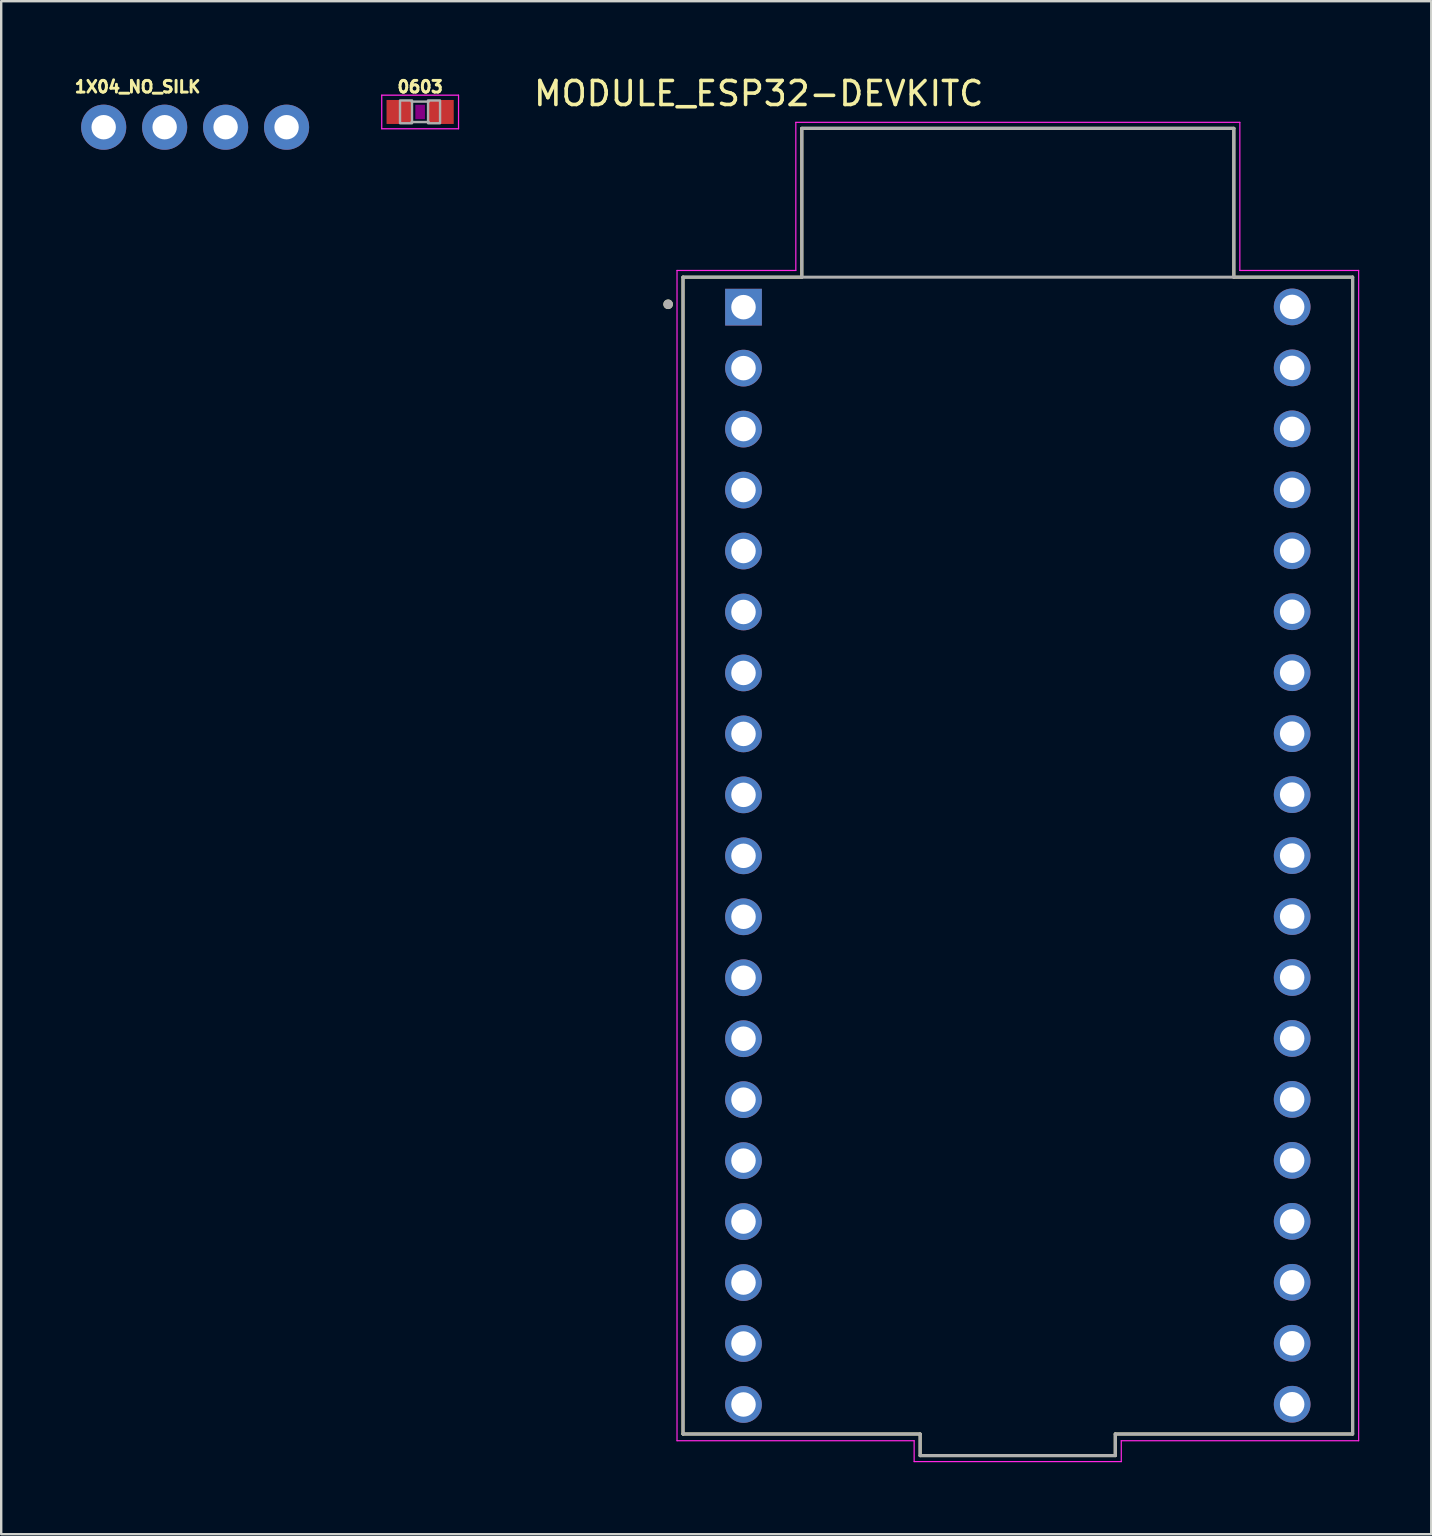
<source format=kicad_pcb>
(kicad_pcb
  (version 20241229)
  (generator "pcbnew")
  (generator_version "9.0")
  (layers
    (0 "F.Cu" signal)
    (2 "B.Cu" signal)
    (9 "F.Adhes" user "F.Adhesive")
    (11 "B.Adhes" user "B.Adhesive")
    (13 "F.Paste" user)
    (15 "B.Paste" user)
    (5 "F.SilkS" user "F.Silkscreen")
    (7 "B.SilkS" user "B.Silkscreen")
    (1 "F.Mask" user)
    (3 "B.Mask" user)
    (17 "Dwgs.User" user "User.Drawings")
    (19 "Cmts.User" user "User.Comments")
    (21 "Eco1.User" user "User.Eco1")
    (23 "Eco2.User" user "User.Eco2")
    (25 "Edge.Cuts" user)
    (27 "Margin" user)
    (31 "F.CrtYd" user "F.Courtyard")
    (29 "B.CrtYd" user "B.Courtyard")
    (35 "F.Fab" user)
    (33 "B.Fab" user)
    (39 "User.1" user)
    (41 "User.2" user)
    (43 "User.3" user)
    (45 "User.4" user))
  (footprint "MODULE_ESP32-DEVKITC"
    (layer "F.Cu")
    (at 39.358 32.598)
    (property "Reference" "MODULE_ESP32-DEVKITC" (at -10.795 -31.75 180) (layer "F.SilkS") (effects (font (size 1 1) (thickness 0.15))))
    (attr through_hole)
    (fp_line (start -13.95 -24.1) (end -13.95 24.1) (stroke (width 0.127) (type solid)) (layer "F.SilkS"))
    (fp_line (start -13.95 24.1) (end -4.07 24.1) (stroke (width 0.127) (type solid)) (layer "F.SilkS"))
    (fp_line (start -9 -30.3) (end 9 -30.3) (stroke (width 0.127) (type solid)) (layer "F.SilkS"))
    (fp_line (start -9 -24.1) (end -13.95 -24.1) (stroke (width 0.127) (type solid)) (layer "F.SilkS"))
    (fp_line (start -9 -24.1) (end -9 -30.3) (stroke (width 0.127) (type solid)) (layer "F.SilkS"))
    (fp_line (start -4.07 24.1) (end -4.07 25) (stroke (width 0.127) (type solid)) (layer "F.SilkS"))
    (fp_line (start -4.07 25) (end 4.06 25) (stroke (width 0.127) (type solid)) (layer "F.SilkS"))
    (fp_line (start 4.06 24.1) (end 13.95 24.1) (stroke (width 0.127) (type solid)) (layer "F.SilkS"))
    (fp_line (start 4.06 25) (end 4.06 24.1) (stroke (width 0.127) (type solid)) (layer "F.SilkS"))
    (fp_line (start 9 -30.3) (end 9 -24.1) (stroke (width 0.127) (type solid)) (layer "F.SilkS"))
    (fp_line (start 13.95 -24.1) (end 9 -24.1) (stroke (width 0.127) (type solid)) (layer "F.SilkS"))
    (fp_line (start 13.95 24.1) (end 13.95 -24.1) (stroke (width 0.127) (type solid)) (layer "F.SilkS"))
    (fp_circle (center -14.57 -22.97) (end -14.47 -22.97) (stroke (width 0.2) (type solid)) (fill no) (layer "F.SilkS"))
    (fp_line (start -14.2 -24.38) (end -14.2 24.38) (stroke (width 0.05) (type solid)) (layer "F.CrtYd"))
    (fp_line (start -14.2 24.38) (end -4.32 24.38) (stroke (width 0.05) (type solid)) (layer "F.CrtYd"))
    (fp_line (start -9.25 -30.55) (end 9.25 -30.55) (stroke (width 0.05) (type solid)) (layer "F.CrtYd"))
    (fp_line (start -9.25 -24.38) (end -14.2 -24.38) (stroke (width 0.05) (type solid)) (layer "F.CrtYd"))
    (fp_line (start -9.25 -24.38) (end -9.25 -30.55) (stroke (width 0.05) (type solid)) (layer "F.CrtYd"))
    (fp_line (start -4.32 24.38) (end -4.32 25.25) (stroke (width 0.05) (type solid)) (layer "F.CrtYd"))
    (fp_line (start -4.32 25.25) (end 4.31 25.25) (stroke (width 0.05) (type solid)) (layer "F.CrtYd"))
    (fp_line (start 4.31 24.38) (end 14.2 24.38) (stroke (width 0.05) (type solid)) (layer "F.CrtYd"))
    (fp_line (start 4.31 25.25) (end 4.31 24.38) (stroke (width 0.05) (type solid)) (layer "F.CrtYd"))
    (fp_line (start 9.25 -30.55) (end 9.25 -24.38) (stroke (width 0.05) (type solid)) (layer "F.CrtYd"))
    (fp_line (start 14.2 -24.38) (end 9.25 -24.38) (stroke (width 0.05) (type solid)) (layer "F.CrtYd"))
    (fp_line (start 14.2 24.38) (end 14.2 -24.38) (stroke (width 0.05) (type solid)) (layer "F.CrtYd"))
    (fp_line (start -13.95 -24.1) (end -13.95 24.1) (stroke (width 0.127) (type solid)) (layer "F.Fab"))
    (fp_line (start -13.95 24.1) (end -4.07 24.1) (stroke (width 0.127) (type solid)) (layer "F.Fab"))
    (fp_line (start -9 -30.3) (end 9 -30.3) (stroke (width 0.127) (type solid)) (layer "F.Fab"))
    (fp_line (start -9 -24.1) (end -13.95 -24.1) (stroke (width 0.127) (type solid)) (layer "F.Fab"))
    (fp_line (start -9 -24.1) (end -9 -30.3) (stroke (width 0.127) (type solid)) (layer "F.Fab"))
    (fp_line (start -4.07 24.1) (end -4.07 25) (stroke (width 0.127) (type solid)) (layer "F.Fab"))
    (fp_line (start -4.07 25) (end 4.06 25) (stroke (width 0.127) (type solid)) (layer "F.Fab"))
    (fp_line (start 4.06 24.1) (end 13.95 24.1) (stroke (width 0.127) (type solid)) (layer "F.Fab"))
    (fp_line (start 4.06 25) (end 4.06 24.1) (stroke (width 0.127) (type solid)) (layer "F.Fab"))
    (fp_line (start 9 -30.3) (end 9 -24.1) (stroke (width 0.127) (type solid)) (layer "F.Fab"))
    (fp_line (start 9 -24.1) (end -9 -24.1) (stroke (width 0.127) (type solid)) (layer "F.Fab"))
    (fp_line (start 13.95 -24.1) (end 9 -24.1) (stroke (width 0.127) (type solid)) (layer "F.Fab"))
    (fp_line (start 13.95 24.1) (end 13.95 -24.1) (stroke (width 0.127) (type solid)) (layer "F.Fab"))
    (fp_circle (center -14.57 -22.97) (end -14.47 -22.97) (stroke (width 0.2) (type solid)) (fill no) (layer "F.Fab"))
    (pad "1" thru_hole rect (at -11.43 -22.85) (size 1.53 1.53) (drill 1.02) (layers "*.Cu" "*.Mask"))
    (pad "2" thru_hole circle (at -11.43 -20.31) (size 1.53 1.53) (drill 1.02) (layers "*.Cu" "*.Mask"))
    (pad "3" thru_hole circle (at -11.43 -17.77) (size 1.53 1.53) (drill 1.02) (layers "*.Cu" "*.Mask"))
    (pad "4" thru_hole circle (at -11.43 -15.23) (size 1.53 1.53) (drill 1.02) (layers "*.Cu" "*.Mask"))
    (pad "5" thru_hole circle (at -11.43 -12.69) (size 1.53 1.53) (drill 1.02) (layers "*.Cu" "*.Mask"))
    (pad "6" thru_hole circle (at -11.43 -10.15) (size 1.53 1.53) (drill 1.02) (layers "*.Cu" "*.Mask"))
    (pad "7" thru_hole circle (at -11.43 -7.61) (size 1.53 1.53) (drill 1.02) (layers "*.Cu" "*.Mask"))
    (pad "8" thru_hole circle (at -11.43 -5.07) (size 1.53 1.53) (drill 1.02) (layers "*.Cu" "*.Mask"))
    (pad "9" thru_hole circle (at -11.43 -2.53) (size 1.53 1.53) (drill 1.02) (layers "*.Cu" "*.Mask"))
    (pad "10" thru_hole circle (at -11.43 0.01) (size 1.53 1.53) (drill 1.02) (layers "*.Cu" "*.Mask"))
    (pad "11" thru_hole circle (at -11.43 2.55) (size 1.53 1.53) (drill 1.02) (layers "*.Cu" "*.Mask"))
    (pad "12" thru_hole circle (at -11.43 5.09) (size 1.53 1.53) (drill 1.02) (layers "*.Cu" "*.Mask"))
    (pad "13" thru_hole circle (at -11.43 7.63) (size 1.53 1.53) (drill 1.02) (layers "*.Cu" "*.Mask"))
    (pad "14" thru_hole circle (at -11.43 10.17) (size 1.53 1.53) (drill 1.02) (layers "*.Cu" "*.Mask"))
    (pad "15" thru_hole circle (at -11.43 12.71) (size 1.53 1.53) (drill 1.02) (layers "*.Cu" "*.Mask"))
    (pad "16" thru_hole circle (at -11.43 15.25) (size 1.53 1.53) (drill 1.02) (layers "*.Cu" "*.Mask"))
    (pad "17" thru_hole circle (at -11.43 17.79) (size 1.53 1.53) (drill 1.02) (layers "*.Cu" "*.Mask"))
    (pad "18" thru_hole circle (at -11.43 20.33) (size 1.53 1.53) (drill 1.02) (layers "*.Cu" "*.Mask"))
    (pad "19" thru_hole circle (at -11.43 22.87) (size 1.53 1.53) (drill 1.02) (layers "*.Cu" "*.Mask"))
    (pad "20" thru_hole circle (at 11.43 22.86) (size 1.53 1.53) (drill 1.02) (layers "*.Cu" "*.Mask"))
    (pad "21" thru_hole circle (at 11.43 20.32) (size 1.53 1.53) (drill 1.02) (layers "*.Cu" "*.Mask"))
    (pad "22" thru_hole circle (at 11.43 17.78) (size 1.53 1.53) (drill 1.02) (layers "*.Cu" "*.Mask"))
    (pad "23" thru_hole circle (at 11.43 15.24) (size 1.53 1.53) (drill 1.02) (layers "*.Cu" "*.Mask"))
    (pad "24" thru_hole circle (at 11.43 12.7) (size 1.53 1.53) (drill 1.02) (layers "*.Cu" "*.Mask"))
    (pad "25" thru_hole circle (at 11.43 10.16) (size 1.53 1.53) (drill 1.02) (layers "*.Cu" "*.Mask"))
    (pad "26" thru_hole circle (at 11.43 7.62) (size 1.53 1.53) (drill 1.02) (layers "*.Cu" "*.Mask"))
    (pad "27" thru_hole circle (at 11.43 5.08) (size 1.53 1.53) (drill 1.02) (layers "*.Cu" "*.Mask"))
    (pad "28" thru_hole circle (at 11.43 2.54) (size 1.53 1.53) (drill 1.02) (layers "*.Cu" "*.Mask"))
    (pad "29" thru_hole circle (at 11.43 0) (size 1.53 1.53) (drill 1.02) (layers "*.Cu" "*.Mask"))
    (pad "30" thru_hole circle (at 11.43 -2.54) (size 1.53 1.53) (drill 1.02) (layers "*.Cu" "*.Mask"))
    (pad "31" thru_hole circle (at 11.43 -5.08) (size 1.53 1.53) (drill 1.02) (layers "*.Cu" "*.Mask"))
    (pad "32" thru_hole circle (at 11.43 -7.62) (size 1.53 1.53) (drill 1.02) (layers "*.Cu" "*.Mask"))
    (pad "33" thru_hole circle (at 11.43 -10.16) (size 1.53 1.53) (drill 1.02) (layers "*.Cu" "*.Mask"))
    (pad "34" thru_hole circle (at 11.43 -12.7) (size 1.53 1.53) (drill 1.02) (layers "*.Cu" "*.Mask"))
    (pad "35" thru_hole circle (at 11.43 -15.24) (size 1.53 1.53) (drill 1.02) (layers "*.Cu" "*.Mask"))
    (pad "36" thru_hole circle (at 11.43 -17.78) (size 1.53 1.53) (drill 1.02) (layers "*.Cu" "*.Mask"))
    (pad "37" thru_hole circle (at 11.43 -20.32) (size 1.53 1.53) (drill 1.02) (layers "*.Cu" "*.Mask"))
    (pad "38" thru_hole circle (at 11.43 -22.86) (size 1.53 1.53) (drill 1.02) (layers "*.Cu" "*.Mask")))
  (footprint "1X04_NO_SILK"
    (layer "F.Cu")
    (at 1.27 2.25)
    (property "Reference" "1X04_NO_SILK" (at -1.27 -1.397 0) (layer "F.SilkS") (effects (font (size 0.488 0.488) (thickness 0.122)) (justify left bottom)))
    (fp_poly (pts (xy -0.254 0.254) (xy 0.254 0.254) (xy 0.254 -0.254) (xy -0.254 -0.254)) (stroke (width 0.1) (type solid)) (fill no) (layer "F.Fab"))
    (fp_poly (pts (xy 2.286 0.254) (xy 2.794 0.254) (xy 2.794 -0.254) (xy 2.286 -0.254)) (stroke (width 0.1) (type solid)) (fill no) (layer "F.Fab"))
    (fp_poly (pts (xy 4.826 0.254) (xy 5.334 0.254) (xy 5.334 -0.254) (xy 4.826 -0.254)) (stroke (width 0.1) (type solid)) (fill no) (layer "F.Fab"))
    (fp_poly (pts (xy 7.366 0.254) (xy 7.874 0.254) (xy 7.874 -0.254) (xy 7.366 -0.254)) (stroke (width 0.1) (type solid)) (fill no) (layer "F.Fab"))
    (pad "1" thru_hole circle (at 0 0 90) (size 1.88 1.88) (drill 1.016) (layers "*.Cu" "*.Mask"))
    (pad "2" thru_hole circle (at 2.54 0 90) (size 1.88 1.88) (drill 1.016) (layers "*.Cu" "*.Mask"))
    (pad "3" thru_hole circle (at 5.08 0 90) (size 1.88 1.88) (drill 1.016) (layers "*.Cu" "*.Mask"))
    (pad "4" thru_hole circle (at 7.62 0 90) (size 1.88 1.88) (drill 1.016) (layers "*.Cu" "*.Mask")))
  (footprint "0603"
    (layer "F.Cu")
    (at 14.455 1.615)
    (property "Reference" "0603" (at 0 -0.762 0) (layer "F.SilkS") (effects (font (size 0.488 0.488) (thickness 0.122)) (justify bottom)))
    (fp_poly (pts (xy -0.2 0.3) (xy 0.2 0.3) (xy 0.2 -0.3) (xy -0.2 -0.3)) (stroke (width 0) (type solid)) (fill yes) (layer "F.Adhes"))
    (fp_line (start -1.6 -0.7) (end 1.6 -0.7) (stroke (width 0.051) (type solid)) (layer "F.CrtYd"))
    (fp_line (start -1.6 0.7) (end -1.6 -0.7) (stroke (width 0.051) (type solid)) (layer "F.CrtYd"))
    (fp_line (start 1.6 -0.7) (end 1.6 0.7) (stroke (width 0.051) (type solid)) (layer "F.CrtYd"))
    (fp_line (start 1.6 0.7) (end -1.6 0.7) (stroke (width 0.051) (type solid)) (layer "F.CrtYd"))
    (fp_line (start -0.356 -0.432) (end 0.356 -0.432) (stroke (width 0.102) (type solid)) (layer "F.Fab"))
    (fp_line (start -0.356 0.419) (end 0.356 0.419) (stroke (width 0.102) (type solid)) (layer "F.Fab"))
    (fp_poly (pts (xy -0.838 0.47) (xy -0.338 0.47) (xy -0.338 -0.48) (xy -0.838 -0.48)) (stroke (width 0.1) (type solid)) (fill no) (layer "F.Fab"))
    (fp_poly (pts (xy 0.33 0.47) (xy 0.83 0.47) (xy 0.83 -0.48) (xy 0.33 -0.48)) (stroke (width 0.1) (type solid)) (fill no) (layer "F.Fab"))
    (pad "1" smd rect (at -0.85 0) (size 1.1 1) (layers "F.Cu" "F.Mask" "F.Paste"))
    (pad "2" smd rect (at 0.85 0) (size 1.1 1) (layers "F.Cu" "F.Mask" "F.Paste")))
  (gr_rect
    (start -3 -3)
    (end 56.583 60.873)
    (stroke (width 0.1) (type default))
    (fill no)
    (layer "Edge.Cuts")))
</source>
